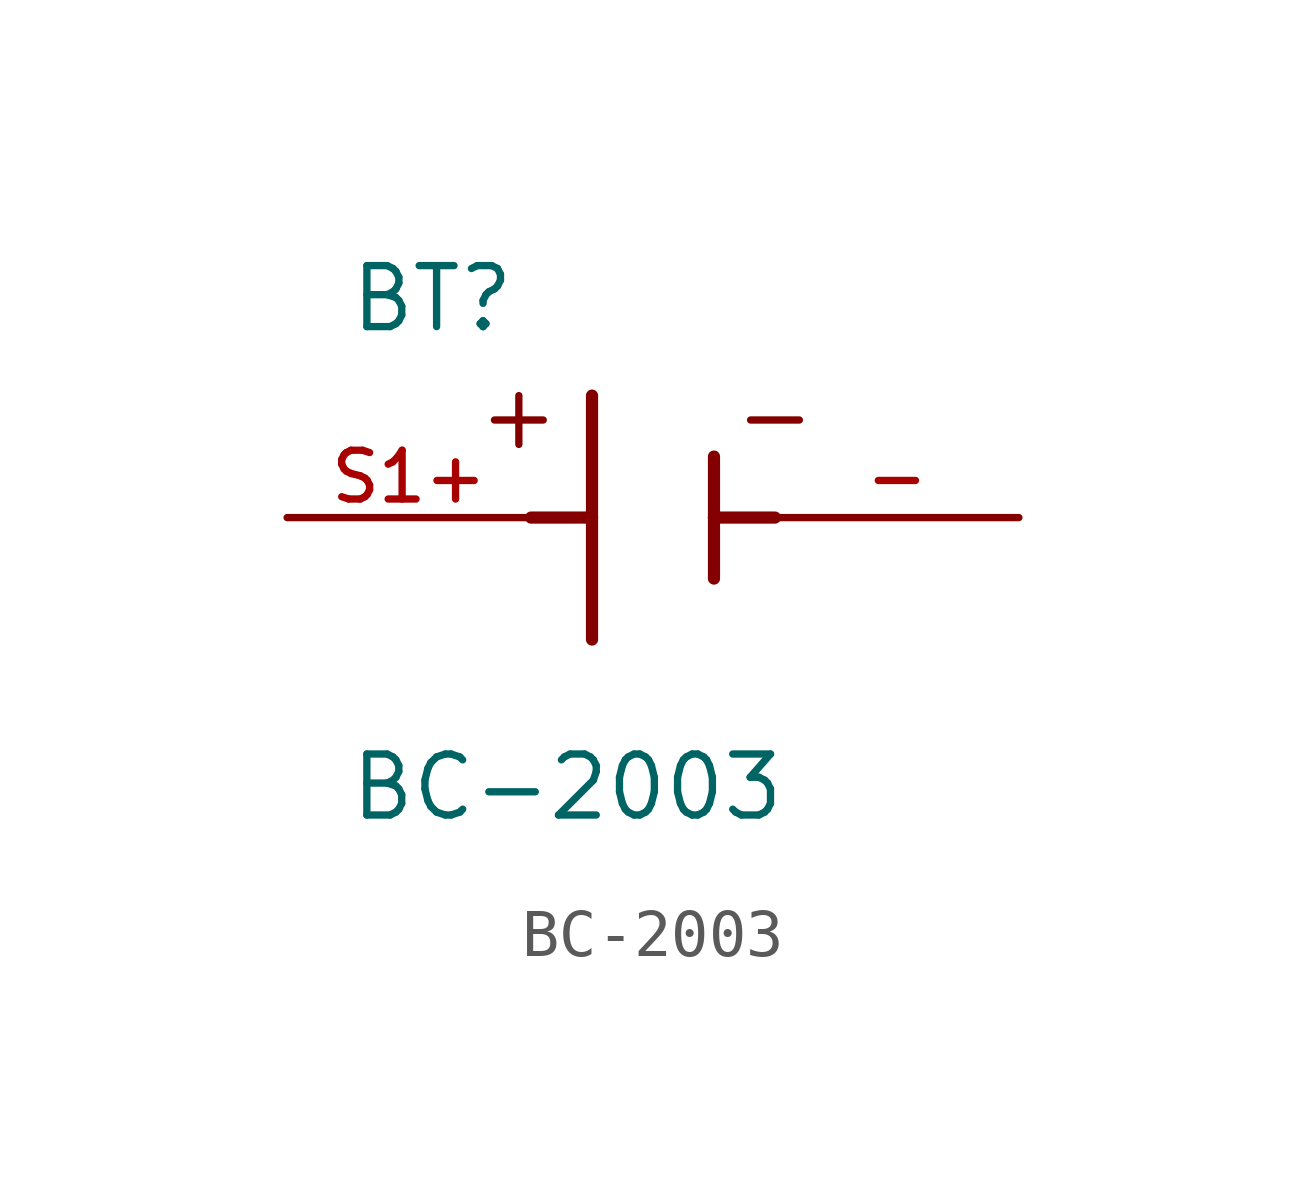
<source format=kicad_sym>
(kicad_symbol_lib
  (version 20211014)
  (generator kicad_symbol_editor)
  (symbol "BC-2003"
    (pin_names
      (offset 1.016))
    (property "Reference" "BT"
      (at -6.361 3.814 0)
      (effects (font (size 1.27 1.27)) (justify bottom left)))
    (property "Value" "BC-2003"
      (at -6.362 -6.358 0)
      (effects (font (size 1.27 1.27)) (justify bottom left)))
    (symbol "BC-2003_0_0"
      (polyline (pts (xy -1.27 2.54) (xy -1.27 0.0)) (stroke (width 0.254)))
      (polyline (pts (xy -1.27 0.0) (xy -1.27 -2.54)) (stroke (width 0.254)))
      (polyline (pts (xy 1.27 1.27) (xy 1.27 0.0)) (stroke (width 0.254)))
      (polyline (pts (xy 1.27 0.0) (xy 1.27 -1.27)) (stroke (width 0.254)))
      (polyline (pts (xy -2.54 0.0) (xy -1.27 0.0)) (stroke (width 0.254)))
      (polyline (pts (xy 1.27 0.0) (xy 2.54 0.0)) (stroke (width 0.254)))
      (polyline (pts (xy -2.794 2.54) (xy -2.794 1.524)) (stroke (width 0.152)))
      (polyline (pts (xy -3.302 2.032) (xy -2.286 2.032)) (stroke (width 0.152)))
      (polyline (pts (xy 2.032 2.032) (xy 3.048 2.032)) (stroke (width 0.152)))
      (pin passive line (at -7.62 0.0 0) (length 5.08) (name "~" (effects (font (size 1.016 1.016)))) (number "S1+" (effects (font (size 1.016 1.016)))))
      (pin passive line (at 7.62 0.0 180.0) (length 5.08) (name "~" (effects (font (size 1.016 1.016)))) (number "-" (effects (font (size 1.016 1.016))))))))
</source>
